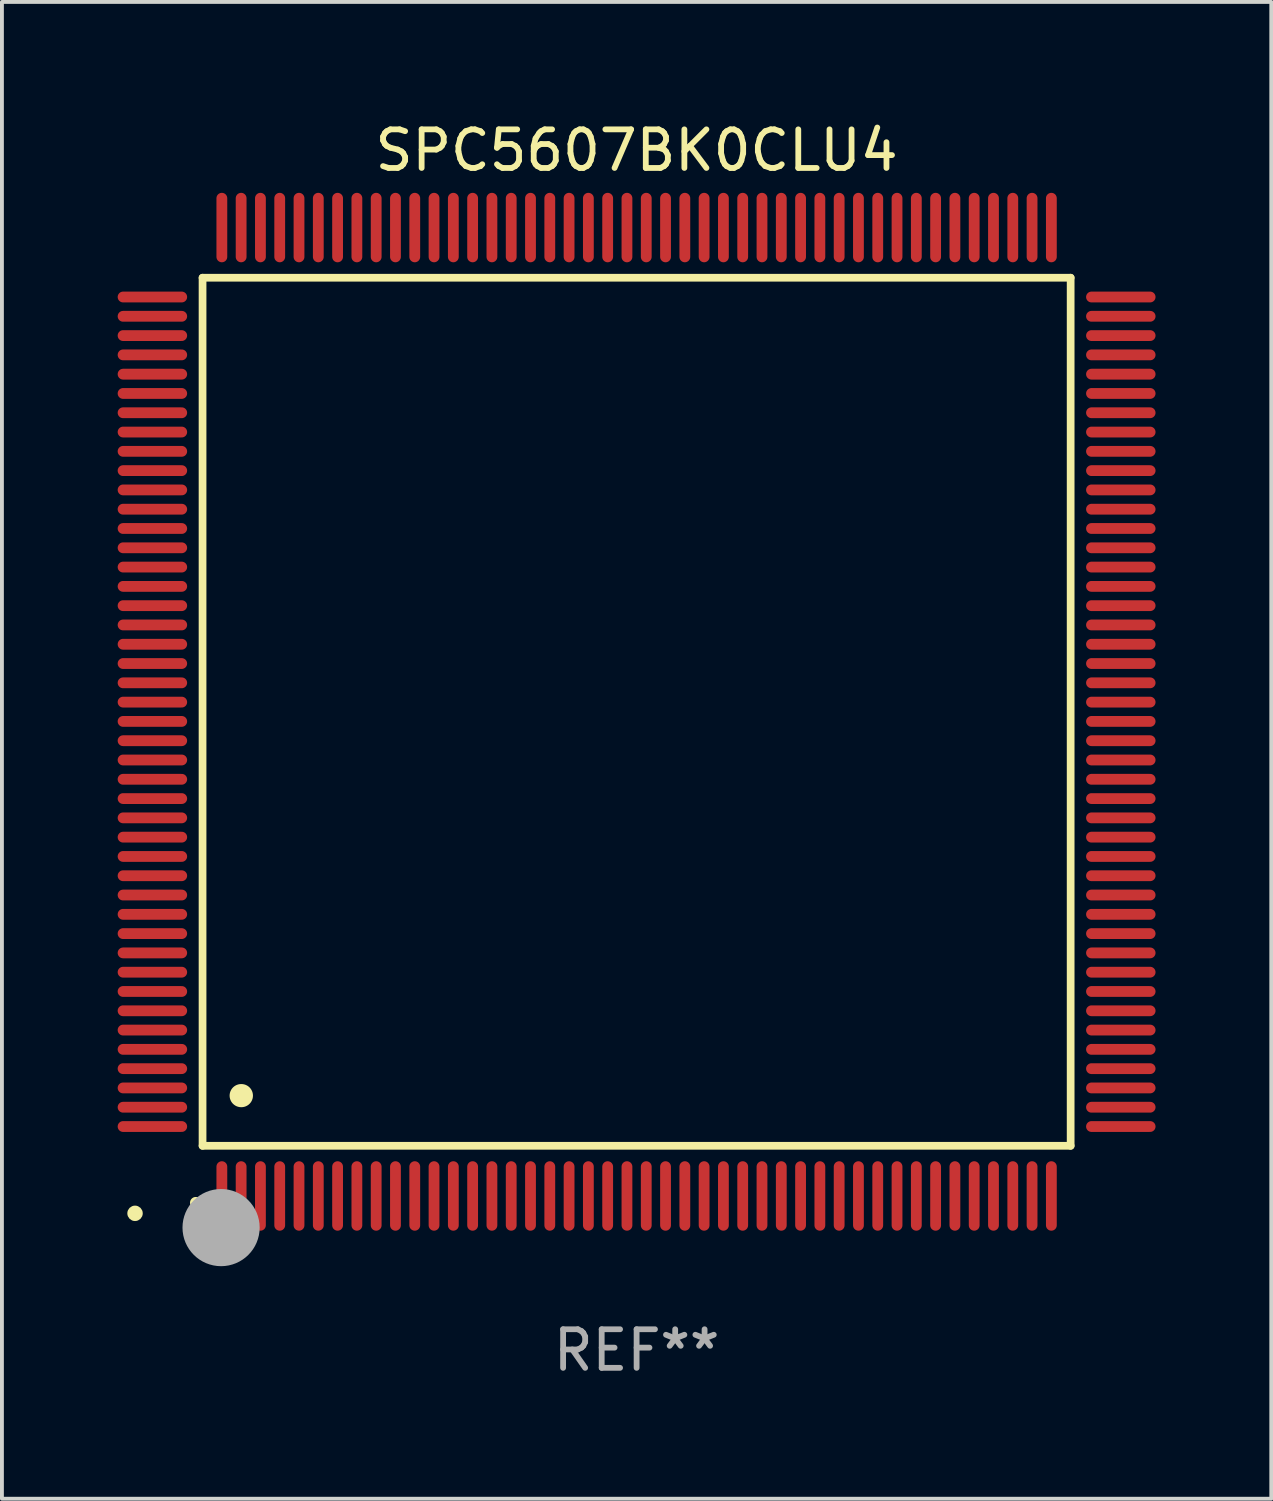
<source format=kicad_pcb>
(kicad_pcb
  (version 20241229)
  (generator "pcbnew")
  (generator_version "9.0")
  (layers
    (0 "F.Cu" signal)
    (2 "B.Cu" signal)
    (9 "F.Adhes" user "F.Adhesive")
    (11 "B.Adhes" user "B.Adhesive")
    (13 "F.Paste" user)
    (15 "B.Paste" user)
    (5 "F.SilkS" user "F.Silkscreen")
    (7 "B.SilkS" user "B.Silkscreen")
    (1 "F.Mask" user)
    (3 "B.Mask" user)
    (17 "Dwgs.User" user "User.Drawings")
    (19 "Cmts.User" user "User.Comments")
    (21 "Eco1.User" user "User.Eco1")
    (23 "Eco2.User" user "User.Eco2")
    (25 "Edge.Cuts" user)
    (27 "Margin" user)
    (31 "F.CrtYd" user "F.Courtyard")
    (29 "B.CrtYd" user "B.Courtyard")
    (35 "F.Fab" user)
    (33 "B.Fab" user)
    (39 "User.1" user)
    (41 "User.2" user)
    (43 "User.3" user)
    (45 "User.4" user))
  (footprint "SPC5607BK0CLU4"
    (layer "F.Cu")
    (at 13.45 15.398)
    (property "Reference" "SPC5607BK0CLU4" (at 0 -14.55 0) (layer "F.SilkS") (effects (font (size 1 1) (thickness 0.15))))
    (attr through_hole)
    (fp_line (start -11.25 -11.25) (end 11.25 -11.25) (stroke (width 0.2) (type solid)) (layer "F.SilkS"))
    (fp_line (start -11.25 11.25) (end -11.25 -11.25) (stroke (width 0.2) (type solid)) (layer "F.SilkS"))
    (fp_line (start 11.25 -11.25) (end 11.25 11.25) (stroke (width 0.2) (type solid)) (layer "F.SilkS"))
    (fp_line (start 11.25 11.25) (end -11.25 11.25) (stroke (width 0.2) (type solid)) (layer "F.SilkS"))
    (fp_arc (start -11.424943 12.725425) (mid -11.423673 12.72542) (end -11.422403 12.725425) (stroke (width 0.3) (type solid)) (layer "F.SilkS"))
    (fp_arc (start -10.24892 9.9492) (mid -10.24638 9.949189) (end -10.24384 9.9492) (stroke (width 0.6) (type solid)) (layer "F.SilkS"))
    (fp_circle (center -13 13) (end -12.9 13) (stroke (width 0.2) (type solid)) (fill no) (layer "F.SilkS"))
    (fp_circle (center -10.77 13.37) (end -10.27 13.37) (stroke (width 1) (type solid)) (fill no) (layer "F.Fab"))
    (fp_text user "REF**" (at 0 16.55 0) (layer "F.Fab") (effects (font (size 1 1) (thickness 0.15))))
    (pad "1" smd oval (at -10.75 12.55) (size 0.28 1.8) (layers "F.Cu" "F.Mask" "F.Paste"))
    (pad "2" smd oval (at -10.25 12.55) (size 0.28 1.8) (layers "F.Cu" "F.Mask" "F.Paste"))
    (pad "3" smd oval (at -9.75 12.55) (size 0.28 1.8) (layers "F.Cu" "F.Mask" "F.Paste"))
    (pad "4" smd oval (at -9.25 12.55) (size 0.28 1.8) (layers "F.Cu" "F.Mask" "F.Paste"))
    (pad "5" smd oval (at -8.75 12.55) (size 0.28 1.8) (layers "F.Cu" "F.Mask" "F.Paste"))
    (pad "6" smd oval (at -8.25 12.55) (size 0.28 1.8) (layers "F.Cu" "F.Mask" "F.Paste"))
    (pad "7" smd oval (at -7.75 12.55) (size 0.28 1.8) (layers "F.Cu" "F.Mask" "F.Paste"))
    (pad "8" smd oval (at -7.25 12.55) (size 0.28 1.8) (layers "F.Cu" "F.Mask" "F.Paste"))
    (pad "9" smd oval (at -6.75 12.55) (size 0.28 1.8) (layers "F.Cu" "F.Mask" "F.Paste"))
    (pad "10" smd oval (at -6.25 12.55) (size 0.28 1.8) (layers "F.Cu" "F.Mask" "F.Paste"))
    (pad "11" smd oval (at -5.75 12.55) (size 0.28 1.8) (layers "F.Cu" "F.Mask" "F.Paste"))
    (pad "12" smd oval (at -5.25 12.55) (size 0.28 1.8) (layers "F.Cu" "F.Mask" "F.Paste"))
    (pad "13" smd oval (at -4.75 12.55) (size 0.28 1.8) (layers "F.Cu" "F.Mask" "F.Paste"))
    (pad "14" smd oval (at -4.25 12.55) (size 0.28 1.8) (layers "F.Cu" "F.Mask" "F.Paste"))
    (pad "15" smd oval (at -3.75 12.55) (size 0.28 1.8) (layers "F.Cu" "F.Mask" "F.Paste"))
    (pad "16" smd oval (at -3.25 12.55) (size 0.28 1.8) (layers "F.Cu" "F.Mask" "F.Paste"))
    (pad "17" smd oval (at -2.75 12.55) (size 0.28 1.8) (layers "F.Cu" "F.Mask" "F.Paste"))
    (pad "18" smd oval (at -2.25 12.55) (size 0.28 1.8) (layers "F.Cu" "F.Mask" "F.Paste"))
    (pad "19" smd oval (at -1.75 12.55) (size 0.28 1.8) (layers "F.Cu" "F.Mask" "F.Paste"))
    (pad "20" smd oval (at -1.25 12.55) (size 0.28 1.8) (layers "F.Cu" "F.Mask" "F.Paste"))
    (pad "21" smd oval (at -0.75 12.55) (size 0.28 1.8) (layers "F.Cu" "F.Mask" "F.Paste"))
    (pad "22" smd oval (at -0.25 12.55) (size 0.28 1.8) (layers "F.Cu" "F.Mask" "F.Paste"))
    (pad "23" smd oval (at 0.25 12.55) (size 0.28 1.8) (layers "F.Cu" "F.Mask" "F.Paste"))
    (pad "24" smd oval (at 0.75 12.55) (size 0.28 1.8) (layers "F.Cu" "F.Mask" "F.Paste"))
    (pad "25" smd oval (at 1.25 12.55) (size 0.28 1.8) (layers "F.Cu" "F.Mask" "F.Paste"))
    (pad "26" smd oval (at 1.75 12.55) (size 0.28 1.8) (layers "F.Cu" "F.Mask" "F.Paste"))
    (pad "27" smd oval (at 2.25 12.55) (size 0.28 1.8) (layers "F.Cu" "F.Mask" "F.Paste"))
    (pad "28" smd oval (at 2.75 12.55) (size 0.28 1.8) (layers "F.Cu" "F.Mask" "F.Paste"))
    (pad "29" smd oval (at 3.25 12.55) (size 0.28 1.8) (layers "F.Cu" "F.Mask" "F.Paste"))
    (pad "30" smd oval (at 3.75 12.55) (size 0.28 1.8) (layers "F.Cu" "F.Mask" "F.Paste"))
    (pad "31" smd oval (at 4.25 12.55) (size 0.28 1.8) (layers "F.Cu" "F.Mask" "F.Paste"))
    (pad "32" smd oval (at 4.75 12.55) (size 0.28 1.8) (layers "F.Cu" "F.Mask" "F.Paste"))
    (pad "33" smd oval (at 5.25 12.55) (size 0.28 1.8) (layers "F.Cu" "F.Mask" "F.Paste"))
    (pad "34" smd oval (at 5.75 12.55) (size 0.28 1.8) (layers "F.Cu" "F.Mask" "F.Paste"))
    (pad "35" smd oval (at 6.25 12.55) (size 0.28 1.8) (layers "F.Cu" "F.Mask" "F.Paste"))
    (pad "36" smd oval (at 6.75 12.55) (size 0.28 1.8) (layers "F.Cu" "F.Mask" "F.Paste"))
    (pad "37" smd oval (at 7.25 12.55) (size 0.28 1.8) (layers "F.Cu" "F.Mask" "F.Paste"))
    (pad "38" smd oval (at 7.75 12.55) (size 0.28 1.8) (layers "F.Cu" "F.Mask" "F.Paste"))
    (pad "39" smd oval (at 8.25 12.55) (size 0.28 1.8) (layers "F.Cu" "F.Mask" "F.Paste"))
    (pad "40" smd oval (at 8.75 12.55) (size 0.28 1.8) (layers "F.Cu" "F.Mask" "F.Paste"))
    (pad "41" smd oval (at 9.25 12.55) (size 0.28 1.8) (layers "F.Cu" "F.Mask" "F.Paste"))
    (pad "42" smd oval (at 9.75 12.55) (size 0.28 1.8) (layers "F.Cu" "F.Mask" "F.Paste"))
    (pad "43" smd oval (at 10.25 12.55) (size 0.28 1.8) (layers "F.Cu" "F.Mask" "F.Paste"))
    (pad "44" smd oval (at 10.75 12.55) (size 0.28 1.8) (layers "F.Cu" "F.Mask" "F.Paste"))
    (pad "45" smd oval (at 12.55 10.75) (size 1.8 0.28) (layers "F.Cu" "F.Mask" "F.Paste"))
    (pad "46" smd oval (at 12.55 10.25) (size 1.8 0.28) (layers "F.Cu" "F.Mask" "F.Paste"))
    (pad "47" smd oval (at 12.55 9.75) (size 1.8 0.28) (layers "F.Cu" "F.Mask" "F.Paste"))
    (pad "48" smd oval (at 12.55 9.25) (size 1.8 0.28) (layers "F.Cu" "F.Mask" "F.Paste"))
    (pad "49" smd oval (at 12.55 8.75) (size 1.8 0.28) (layers "F.Cu" "F.Mask" "F.Paste"))
    (pad "50" smd oval (at 12.55 8.25) (size 1.8 0.28) (layers "F.Cu" "F.Mask" "F.Paste"))
    (pad "51" smd oval (at 12.55 7.75) (size 1.8 0.28) (layers "F.Cu" "F.Mask" "F.Paste"))
    (pad "52" smd oval (at 12.55 7.25) (size 1.8 0.28) (layers "F.Cu" "F.Mask" "F.Paste"))
    (pad "53" smd oval (at 12.55 6.75) (size 1.8 0.28) (layers "F.Cu" "F.Mask" "F.Paste"))
    (pad "54" smd oval (at 12.55 6.25) (size 1.8 0.28) (layers "F.Cu" "F.Mask" "F.Paste"))
    (pad "55" smd oval (at 12.55 5.75) (size 1.8 0.28) (layers "F.Cu" "F.Mask" "F.Paste"))
    (pad "56" smd oval (at 12.55 5.25) (size 1.8 0.28) (layers "F.Cu" "F.Mask" "F.Paste"))
    (pad "57" smd oval (at 12.55 4.75) (size 1.8 0.28) (layers "F.Cu" "F.Mask" "F.Paste"))
    (pad "58" smd oval (at 12.55 4.25) (size 1.8 0.28) (layers "F.Cu" "F.Mask" "F.Paste"))
    (pad "59" smd oval (at 12.55 3.75) (size 1.8 0.28) (layers "F.Cu" "F.Mask" "F.Paste"))
    (pad "60" smd oval (at 12.55 3.25) (size 1.8 0.28) (layers "F.Cu" "F.Mask" "F.Paste"))
    (pad "61" smd oval (at 12.55 2.75) (size 1.8 0.28) (layers "F.Cu" "F.Mask" "F.Paste"))
    (pad "62" smd oval (at 12.55 2.25) (size 1.8 0.28) (layers "F.Cu" "F.Mask" "F.Paste"))
    (pad "63" smd oval (at 12.55 1.75) (size 1.8 0.28) (layers "F.Cu" "F.Mask" "F.Paste"))
    (pad "64" smd oval (at 12.55 1.25) (size 1.8 0.28) (layers "F.Cu" "F.Mask" "F.Paste"))
    (pad "65" smd oval (at 12.55 0.75) (size 1.8 0.28) (layers "F.Cu" "F.Mask" "F.Paste"))
    (pad "66" smd oval (at 12.55 0.25) (size 1.8 0.28) (layers "F.Cu" "F.Mask" "F.Paste"))
    (pad "67" smd oval (at 12.55 -0.25) (size 1.8 0.28) (layers "F.Cu" "F.Mask" "F.Paste"))
    (pad "68" smd oval (at 12.55 -0.75) (size 1.8 0.28) (layers "F.Cu" "F.Mask" "F.Paste"))
    (pad "69" smd oval (at 12.55 -1.25) (size 1.8 0.28) (layers "F.Cu" "F.Mask" "F.Paste"))
    (pad "70" smd oval (at 12.55 -1.75) (size 1.8 0.28) (layers "F.Cu" "F.Mask" "F.Paste"))
    (pad "71" smd oval (at 12.55 -2.25) (size 1.8 0.28) (layers "F.Cu" "F.Mask" "F.Paste"))
    (pad "72" smd oval (at 12.55 -2.75) (size 1.8 0.28) (layers "F.Cu" "F.Mask" "F.Paste"))
    (pad "73" smd oval (at 12.55 -3.25) (size 1.8 0.28) (layers "F.Cu" "F.Mask" "F.Paste"))
    (pad "74" smd oval (at 12.55 -3.75) (size 1.8 0.28) (layers "F.Cu" "F.Mask" "F.Paste"))
    (pad "75" smd oval (at 12.55 -4.25) (size 1.8 0.28) (layers "F.Cu" "F.Mask" "F.Paste"))
    (pad "76" smd oval (at 12.55 -4.75) (size 1.8 0.28) (layers "F.Cu" "F.Mask" "F.Paste"))
    (pad "77" smd oval (at 12.55 -5.25) (size 1.8 0.28) (layers "F.Cu" "F.Mask" "F.Paste"))
    (pad "78" smd oval (at 12.55 -5.75) (size 1.8 0.28) (layers "F.Cu" "F.Mask" "F.Paste"))
    (pad "79" smd oval (at 12.55 -6.25) (size 1.8 0.28) (layers "F.Cu" "F.Mask" "F.Paste"))
    (pad "80" smd oval (at 12.55 -6.75) (size 1.8 0.28) (layers "F.Cu" "F.Mask" "F.Paste"))
    (pad "81" smd oval (at 12.55 -7.25) (size 1.8 0.28) (layers "F.Cu" "F.Mask" "F.Paste"))
    (pad "82" smd oval (at 12.55 -7.75) (size 1.8 0.28) (layers "F.Cu" "F.Mask" "F.Paste"))
    (pad "83" smd oval (at 12.55 -8.25) (size 1.8 0.28) (layers "F.Cu" "F.Mask" "F.Paste"))
    (pad "84" smd oval (at 12.55 -8.75) (size 1.8 0.28) (layers "F.Cu" "F.Mask" "F.Paste"))
    (pad "85" smd oval (at 12.55 -9.25) (size 1.8 0.28) (layers "F.Cu" "F.Mask" "F.Paste"))
    (pad "86" smd oval (at 12.55 -9.75) (size 1.8 0.28) (layers "F.Cu" "F.Mask" "F.Paste"))
    (pad "87" smd oval (at 12.55 -10.25) (size 1.8 0.28) (layers "F.Cu" "F.Mask" "F.Paste"))
    (pad "88" smd oval (at 12.55 -10.75) (size 1.8 0.28) (layers "F.Cu" "F.Mask" "F.Paste"))
    (pad "89" smd oval (at 10.75 -12.55) (size 0.28 1.8) (layers "F.Cu" "F.Mask" "F.Paste"))
    (pad "90" smd oval (at 10.25 -12.55) (size 0.28 1.8) (layers "F.Cu" "F.Mask" "F.Paste"))
    (pad "91" smd oval (at 9.75 -12.55) (size 0.28 1.8) (layers "F.Cu" "F.Mask" "F.Paste"))
    (pad "92" smd oval (at 9.25 -12.55) (size 0.28 1.8) (layers "F.Cu" "F.Mask" "F.Paste"))
    (pad "93" smd oval (at 8.75 -12.55) (size 0.28 1.8) (layers "F.Cu" "F.Mask" "F.Paste"))
    (pad "94" smd oval (at 8.25 -12.55) (size 0.28 1.8) (layers "F.Cu" "F.Mask" "F.Paste"))
    (pad "95" smd oval (at 7.75 -12.55) (size 0.28 1.8) (layers "F.Cu" "F.Mask" "F.Paste"))
    (pad "96" smd oval (at 7.25 -12.55) (size 0.28 1.8) (layers "F.Cu" "F.Mask" "F.Paste"))
    (pad "97" smd oval (at 6.75 -12.55) (size 0.28 1.8) (layers "F.Cu" "F.Mask" "F.Paste"))
    (pad "98" smd oval (at 6.25 -12.55) (size 0.28 1.8) (layers "F.Cu" "F.Mask" "F.Paste"))
    (pad "99" smd oval (at 5.75 -12.55) (size 0.28 1.8) (layers "F.Cu" "F.Mask" "F.Paste"))
    (pad "100" smd oval (at 5.25 -12.55) (size 0.28 1.8) (layers "F.Cu" "F.Mask" "F.Paste"))
    (pad "101" smd oval (at 4.75 -12.55) (size 0.28 1.8) (layers "F.Cu" "F.Mask" "F.Paste"))
    (pad "102" smd oval (at 4.25 -12.55) (size 0.28 1.8) (layers "F.Cu" "F.Mask" "F.Paste"))
    (pad "103" smd oval (at 3.75 -12.55) (size 0.28 1.8) (layers "F.Cu" "F.Mask" "F.Paste"))
    (pad "104" smd oval (at 3.25 -12.55) (size 0.28 1.8) (layers "F.Cu" "F.Mask" "F.Paste"))
    (pad "105" smd oval (at 2.75 -12.55) (size 0.28 1.8) (layers "F.Cu" "F.Mask" "F.Paste"))
    (pad "106" smd oval (at 2.25 -12.55) (size 0.28 1.8) (layers "F.Cu" "F.Mask" "F.Paste"))
    (pad "107" smd oval (at 1.75 -12.55) (size 0.28 1.8) (layers "F.Cu" "F.Mask" "F.Paste"))
    (pad "108" smd oval (at 1.25 -12.55) (size 0.28 1.8) (layers "F.Cu" "F.Mask" "F.Paste"))
    (pad "109" smd oval (at 0.75 -12.55) (size 0.28 1.8) (layers "F.Cu" "F.Mask" "F.Paste"))
    (pad "110" smd oval (at 0.25 -12.55) (size 0.28 1.8) (layers "F.Cu" "F.Mask" "F.Paste"))
    (pad "111" smd oval (at -0.25 -12.55) (size 0.28 1.8) (layers "F.Cu" "F.Mask" "F.Paste"))
    (pad "112" smd oval (at -0.75 -12.55) (size 0.28 1.8) (layers "F.Cu" "F.Mask" "F.Paste"))
    (pad "113" smd oval (at -1.25 -12.55) (size 0.28 1.8) (layers "F.Cu" "F.Mask" "F.Paste"))
    (pad "114" smd oval (at -1.75 -12.55) (size 0.28 1.8) (layers "F.Cu" "F.Mask" "F.Paste"))
    (pad "115" smd oval (at -2.25 -12.55) (size 0.28 1.8) (layers "F.Cu" "F.Mask" "F.Paste"))
    (pad "116" smd oval (at -2.75 -12.55) (size 0.28 1.8) (layers "F.Cu" "F.Mask" "F.Paste"))
    (pad "117" smd oval (at -3.25 -12.55) (size 0.28 1.8) (layers "F.Cu" "F.Mask" "F.Paste"))
    (pad "118" smd oval (at -3.75 -12.55) (size 0.28 1.8) (layers "F.Cu" "F.Mask" "F.Paste"))
    (pad "119" smd oval (at -4.25 -12.55) (size 0.28 1.8) (layers "F.Cu" "F.Mask" "F.Paste"))
    (pad "120" smd oval (at -4.75 -12.55) (size 0.28 1.8) (layers "F.Cu" "F.Mask" "F.Paste"))
    (pad "121" smd oval (at -5.25 -12.55) (size 0.28 1.8) (layers "F.Cu" "F.Mask" "F.Paste"))
    (pad "122" smd oval (at -5.75 -12.55) (size 0.28 1.8) (layers "F.Cu" "F.Mask" "F.Paste"))
    (pad "123" smd oval (at -6.25 -12.55) (size 0.28 1.8) (layers "F.Cu" "F.Mask" "F.Paste"))
    (pad "124" smd oval (at -6.75 -12.55) (size 0.28 1.8) (layers "F.Cu" "F.Mask" "F.Paste"))
    (pad "125" smd oval (at -7.25 -12.55) (size 0.28 1.8) (layers "F.Cu" "F.Mask" "F.Paste"))
    (pad "126" smd oval (at -7.75 -12.55) (size 0.28 1.8) (layers "F.Cu" "F.Mask" "F.Paste"))
    (pad "127" smd oval (at -8.25 -12.55) (size 0.28 1.8) (layers "F.Cu" "F.Mask" "F.Paste"))
    (pad "128" smd oval (at -8.75 -12.55) (size 0.28 1.8) (layers "F.Cu" "F.Mask" "F.Paste"))
    (pad "129" smd oval (at -9.25 -12.55) (size 0.28 1.8) (layers "F.Cu" "F.Mask" "F.Paste"))
    (pad "130" smd oval (at -9.75 -12.55) (size 0.28 1.8) (layers "F.Cu" "F.Mask" "F.Paste"))
    (pad "131" smd oval (at -10.25 -12.55) (size 0.28 1.8) (layers "F.Cu" "F.Mask" "F.Paste"))
    (pad "132" smd oval (at -10.75 -12.55) (size 0.28 1.8) (layers "F.Cu" "F.Mask" "F.Paste"))
    (pad "133" smd oval (at -12.55 -10.75) (size 1.8 0.28) (layers "F.Cu" "F.Mask" "F.Paste"))
    (pad "134" smd oval (at -12.55 -10.25) (size 1.8 0.28) (layers "F.Cu" "F.Mask" "F.Paste"))
    (pad "135" smd oval (at -12.55 -9.75) (size 1.8 0.28) (layers "F.Cu" "F.Mask" "F.Paste"))
    (pad "136" smd oval (at -12.55 -9.25) (size 1.8 0.28) (layers "F.Cu" "F.Mask" "F.Paste"))
    (pad "137" smd oval (at -12.55 -8.75) (size 1.8 0.28) (layers "F.Cu" "F.Mask" "F.Paste"))
    (pad "138" smd oval (at -12.55 -8.25) (size 1.8 0.28) (layers "F.Cu" "F.Mask" "F.Paste"))
    (pad "139" smd oval (at -12.55 -7.75) (size 1.8 0.28) (layers "F.Cu" "F.Mask" "F.Paste"))
    (pad "140" smd oval (at -12.55 -7.25) (size 1.8 0.28) (layers "F.Cu" "F.Mask" "F.Paste"))
    (pad "141" smd oval (at -12.55 -6.75) (size 1.8 0.28) (layers "F.Cu" "F.Mask" "F.Paste"))
    (pad "142" smd oval (at -12.55 -6.25) (size 1.8 0.28) (layers "F.Cu" "F.Mask" "F.Paste"))
    (pad "143" smd oval (at -12.55 -5.75) (size 1.8 0.28) (layers "F.Cu" "F.Mask" "F.Paste"))
    (pad "144" smd oval (at -12.55 -5.25) (size 1.8 0.28) (layers "F.Cu" "F.Mask" "F.Paste"))
    (pad "145" smd oval (at -12.55 -4.75) (size 1.8 0.28) (layers "F.Cu" "F.Mask" "F.Paste"))
    (pad "146" smd oval (at -12.55 -4.25) (size 1.8 0.28) (layers "F.Cu" "F.Mask" "F.Paste"))
    (pad "147" smd oval (at -12.55 -3.75) (size 1.8 0.28) (layers "F.Cu" "F.Mask" "F.Paste"))
    (pad "148" smd oval (at -12.55 -3.25) (size 1.8 0.28) (layers "F.Cu" "F.Mask" "F.Paste"))
    (pad "149" smd oval (at -12.55 -2.75) (size 1.8 0.28) (layers "F.Cu" "F.Mask" "F.Paste"))
    (pad "150" smd oval (at -12.55 -2.25) (size 1.8 0.28) (layers "F.Cu" "F.Mask" "F.Paste"))
    (pad "151" smd oval (at -12.55 -1.75) (size 1.8 0.28) (layers "F.Cu" "F.Mask" "F.Paste"))
    (pad "152" smd oval (at -12.55 -1.25) (size 1.8 0.28) (layers "F.Cu" "F.Mask" "F.Paste"))
    (pad "153" smd oval (at -12.55 -0.75) (size 1.8 0.28) (layers "F.Cu" "F.Mask" "F.Paste"))
    (pad "154" smd oval (at -12.55 -0.25) (size 1.8 0.28) (layers "F.Cu" "F.Mask" "F.Paste"))
    (pad "155" smd oval (at -12.55 0.25) (size 1.8 0.28) (layers "F.Cu" "F.Mask" "F.Paste"))
    (pad "156" smd oval (at -12.55 0.75) (size 1.8 0.28) (layers "F.Cu" "F.Mask" "F.Paste"))
    (pad "157" smd oval (at -12.55 1.25) (size 1.8 0.28) (layers "F.Cu" "F.Mask" "F.Paste"))
    (pad "158" smd oval (at -12.55 1.75) (size 1.8 0.28) (layers "F.Cu" "F.Mask" "F.Paste"))
    (pad "159" smd oval (at -12.55 2.25) (size 1.8 0.28) (layers "F.Cu" "F.Mask" "F.Paste"))
    (pad "160" smd oval (at -12.55 2.75) (size 1.8 0.28) (layers "F.Cu" "F.Mask" "F.Paste"))
    (pad "161" smd oval (at -12.55 3.25) (size 1.8 0.28) (layers "F.Cu" "F.Mask" "F.Paste"))
    (pad "162" smd oval (at -12.55 3.75) (size 1.8 0.28) (layers "F.Cu" "F.Mask" "F.Paste"))
    (pad "163" smd oval (at -12.55 4.25) (size 1.8 0.28) (layers "F.Cu" "F.Mask" "F.Paste"))
    (pad "164" smd oval (at -12.55 4.75) (size 1.8 0.28) (layers "F.Cu" "F.Mask" "F.Paste"))
    (pad "165" smd oval (at -12.55 5.25) (size 1.8 0.28) (layers "F.Cu" "F.Mask" "F.Paste"))
    (pad "166" smd oval (at -12.55 5.75) (size 1.8 0.28) (layers "F.Cu" "F.Mask" "F.Paste"))
    (pad "167" smd oval (at -12.55 6.25) (size 1.8 0.28) (layers "F.Cu" "F.Mask" "F.Paste"))
    (pad "168" smd oval (at -12.55 6.75) (size 1.8 0.28) (layers "F.Cu" "F.Mask" "F.Paste"))
    (pad "169" smd oval (at -12.55 7.25) (size 1.8 0.28) (layers "F.Cu" "F.Mask" "F.Paste"))
    (pad "170" smd oval (at -12.55 7.75) (size 1.8 0.28) (layers "F.Cu" "F.Mask" "F.Paste"))
    (pad "171" smd oval (at -12.55 8.25) (size 1.8 0.28) (layers "F.Cu" "F.Mask" "F.Paste"))
    (pad "172" smd oval (at -12.55 8.75) (size 1.8 0.28) (layers "F.Cu" "F.Mask" "F.Paste"))
    (pad "173" smd oval (at -12.55 9.25) (size 1.8 0.28) (layers "F.Cu" "F.Mask" "F.Paste"))
    (pad "174" smd oval (at -12.55 9.75) (size 1.8 0.28) (layers "F.Cu" "F.Mask" "F.Paste"))
    (pad "175" smd oval (at -12.55 10.25) (size 1.8 0.28) (layers "F.Cu" "F.Mask" "F.Paste"))
    (pad "176" smd oval (at -12.55 10.75) (size 1.8 0.28) (layers "F.Cu" "F.Mask" "F.Paste")))
  (gr_rect
    (start -3 -3)
    (end 29.9 35.796)
    (stroke (width 0.1) (type default))
    (fill no)
    (layer "Edge.Cuts")))
</source>
